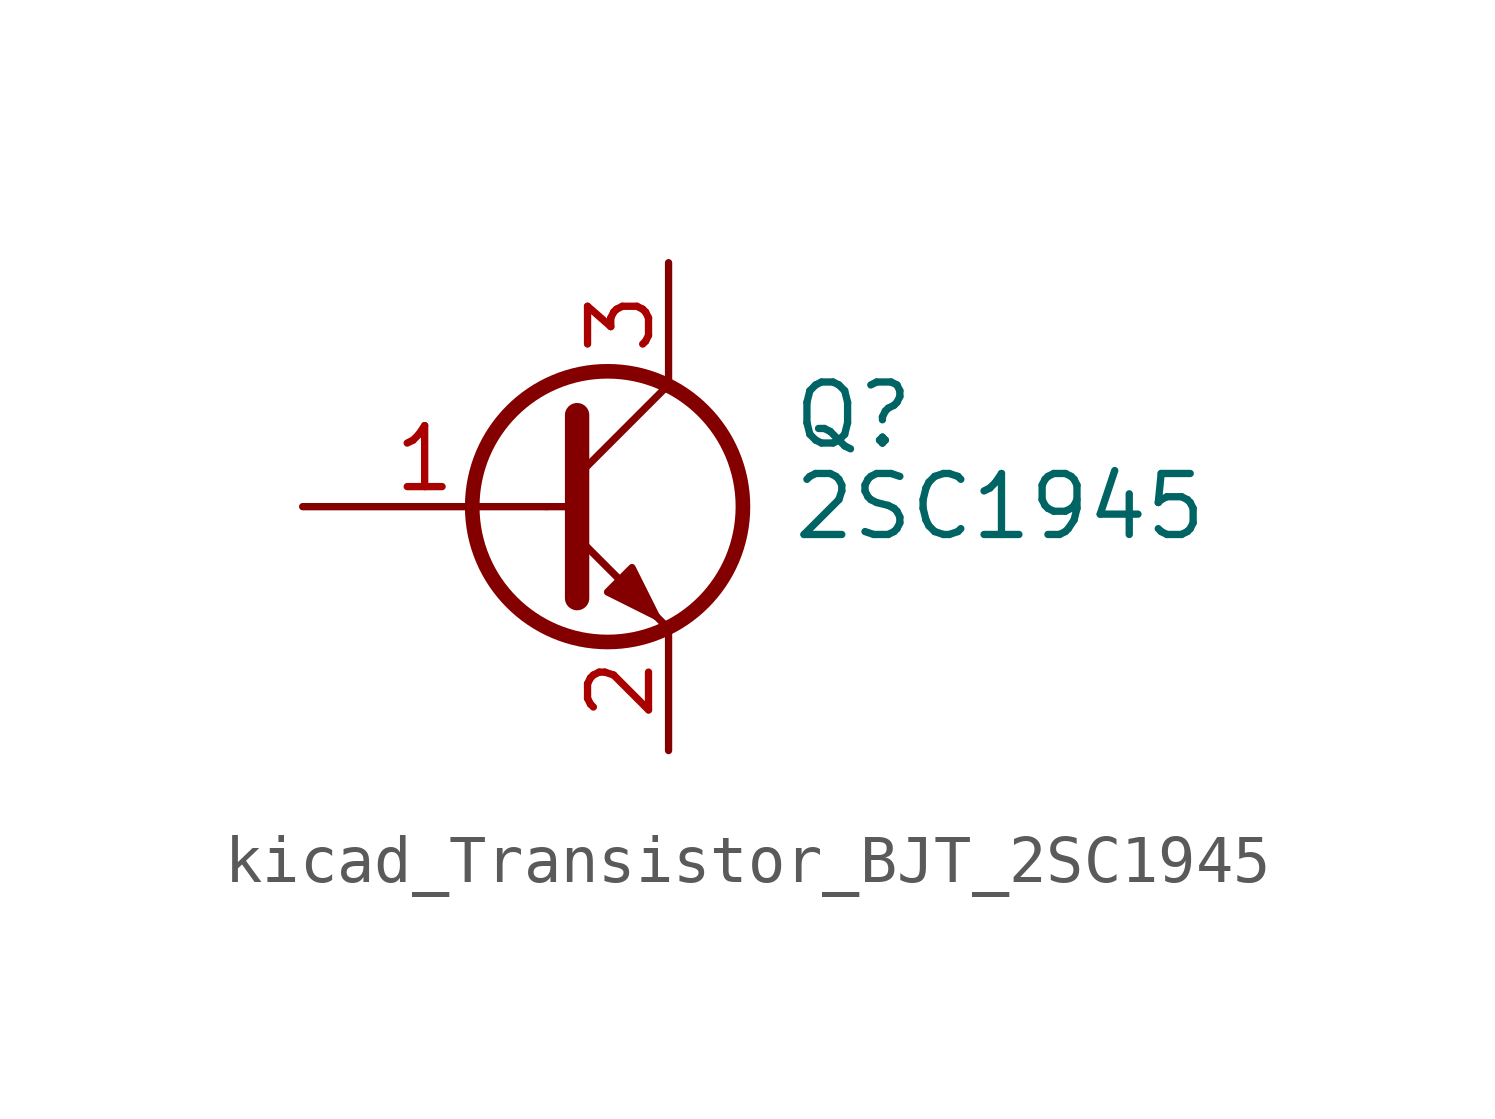
<source format=kicad_sym>
(kicad_symbol_lib
  (version 20220914)
  (generator kicad_symbol_editor)
  (symbol "kicad_Transistor_BJT_2SC1945"
    (pin_names
      (offset 0) hide)
    (property "Reference" "Q"
      (at 5.08 1.905 0)
      (effects (font (size 1.27 1.27)) (justify left)))
    (property "Value" "2SC1945"
      (at 5.08 0 0)
      (effects (font (size 1.27 1.27)) (justify left)))
    (symbol "kicad_Transistor_BJT_2SC1945_0_1"
      (polyline (pts (xy 0 0) (xy 0.635 0)) (stroke (width 0) (type default)) (fill (type none)))
      (polyline (pts (xy 2.54 2.54) (xy 0.635 0.635)) (stroke (width 0) (type default)) (fill (type none)))
      (polyline (pts (xy 0.635 1.905) (xy 0.635 -1.905) (xy 0.635 -1.905)) (stroke (width 0.508) (type default)) (fill (type none)))
      (polyline (pts (xy 2.286 -2.286) (xy 1.778 -1.778) (xy 1.778 -1.778)) (stroke (width 0) (type default)) (fill (type none)))
      (polyline (pts (xy 2.54 -2.54) (xy 0.635 -0.635) (xy 1.27 -1.27)) (stroke (width 0) (type default)) (fill (type outline)))
      (polyline (pts (xy 1.27 -1.778) (xy 1.778 -1.27) (xy 2.286 -2.286) (xy 1.27 -1.778) (xy 1.27 -1.778)) (stroke (width 0) (type default)) (fill (type outline)))
      (circle (center 1.27 0) (radius 2.819) (stroke (width 0.305) (type default)) (fill (type none))))
    (symbol "kicad_Transistor_BJT_2SC1945_1_1"
      (pin input line (at -5.08 0 0) (length 5.08) (name "B" (effects (font (size 1.27 1.27)))) (number "1" (effects (font (size 1.27 1.27)))))
      (pin passive line (at 2.54 -5.08 90) (length 2.54) (name "E" (effects (font (size 1.27 1.27)))) (number "2" (effects (font (size 1.27 1.27)))))
      (pin passive line (at 2.54 5.08 270) (length 2.54) (name "C" (effects (font (size 1.27 1.27)))) (number "3" (effects (font (size 1.27 1.27))))))))
</source>
